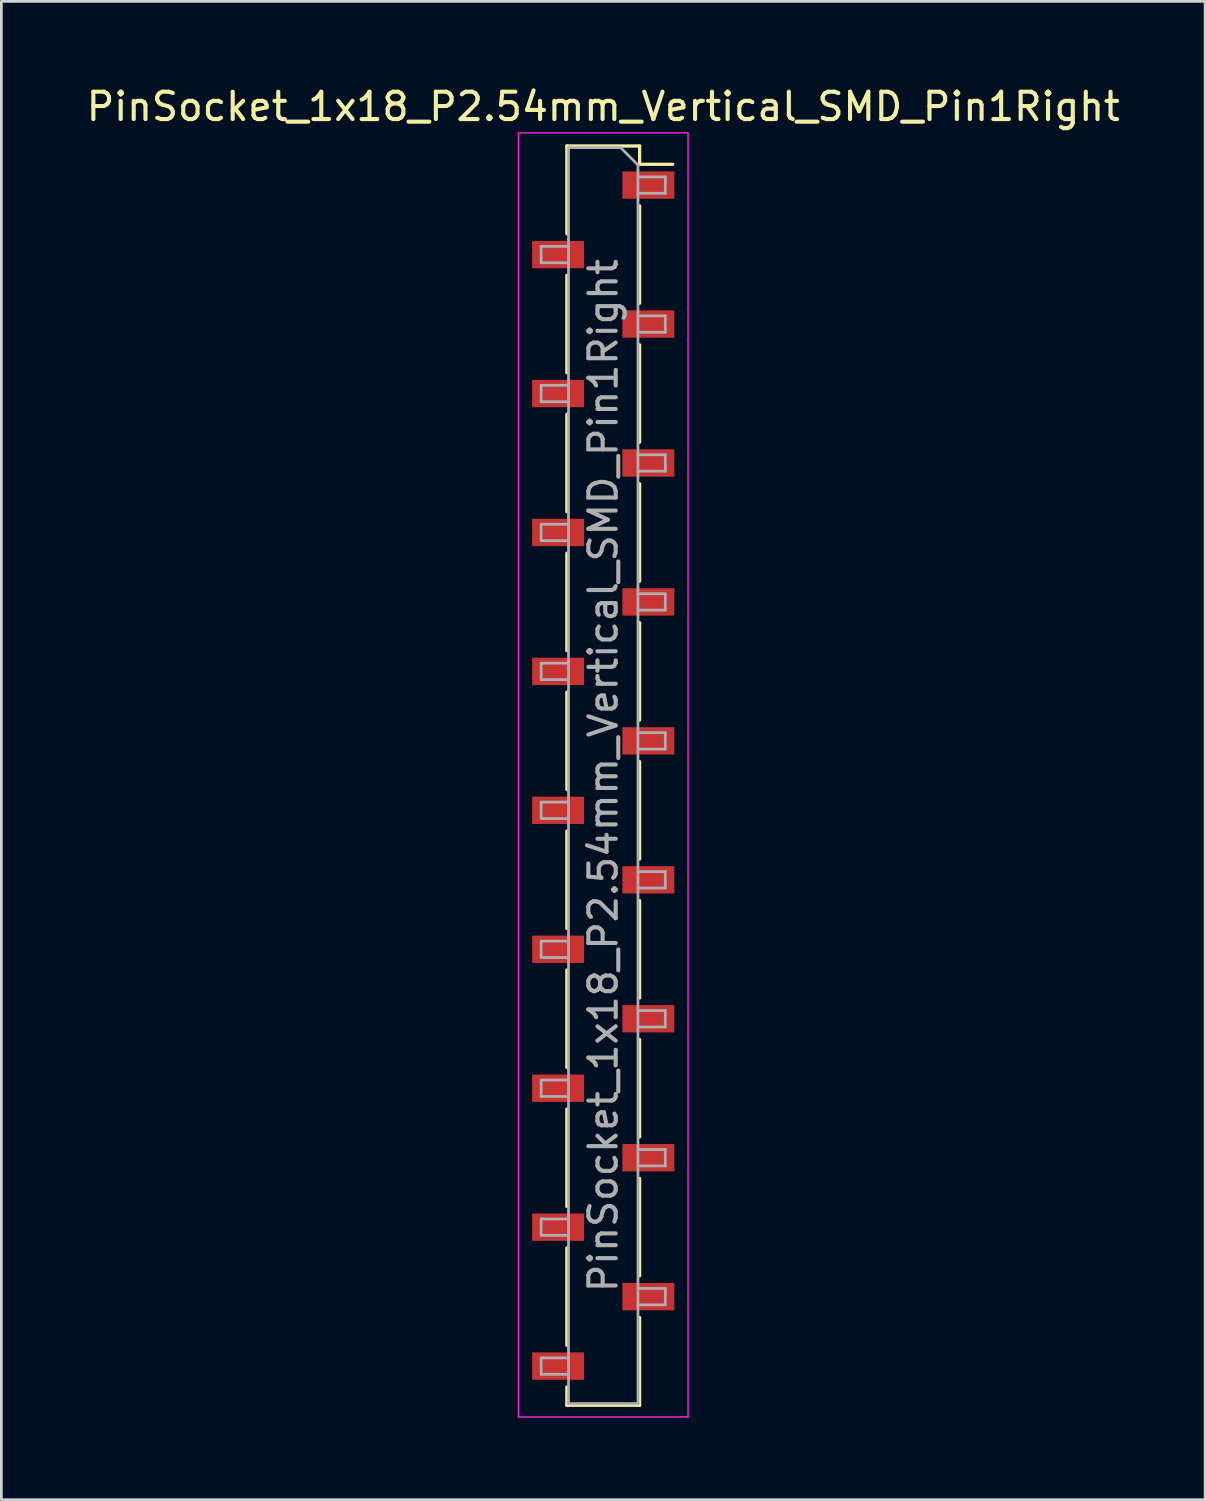
<source format=kicad_pcb>
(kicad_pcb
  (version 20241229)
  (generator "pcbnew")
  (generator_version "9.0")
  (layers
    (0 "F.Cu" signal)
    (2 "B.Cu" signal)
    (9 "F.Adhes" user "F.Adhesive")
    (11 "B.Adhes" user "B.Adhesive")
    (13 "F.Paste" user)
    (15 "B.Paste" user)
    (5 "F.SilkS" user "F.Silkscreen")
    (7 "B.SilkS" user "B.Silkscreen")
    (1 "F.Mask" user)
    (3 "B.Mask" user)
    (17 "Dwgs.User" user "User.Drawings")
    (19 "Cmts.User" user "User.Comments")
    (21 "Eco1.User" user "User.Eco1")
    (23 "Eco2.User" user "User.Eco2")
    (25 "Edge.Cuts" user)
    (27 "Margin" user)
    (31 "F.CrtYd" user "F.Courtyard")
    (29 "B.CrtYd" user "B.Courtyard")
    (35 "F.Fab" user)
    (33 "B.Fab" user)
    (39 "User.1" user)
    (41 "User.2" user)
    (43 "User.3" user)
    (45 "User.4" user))
  (footprint "PinSocket_1x18_P2.54mm_Vertical_SMD_Pin1Right"
    (layer "F.Cu")
    (at 19.006 25.308)
    (property "Reference" "PinSocket_1x18_P2.54mm_Vertical_SMD_Pin1Right" (at 0 -24.46 0) (layer "F.SilkS") (effects (font (size 1 1) (thickness 0.15))))
    (attr smd)
    (fp_line (start -1.33 -23.02) (end -1.33 -19.81) (stroke (width 0.12) (type solid)) (layer "F.SilkS"))
    (fp_line (start -1.33 -23.02) (end 1.33 -23.02) (stroke (width 0.12) (type solid)) (layer "F.SilkS"))
    (fp_line (start -1.33 -18.29) (end -1.33 -14.73) (stroke (width 0.12) (type solid)) (layer "F.SilkS"))
    (fp_line (start -1.33 -13.21) (end -1.33 -9.65) (stroke (width 0.12) (type solid)) (layer "F.SilkS"))
    (fp_line (start -1.33 -8.13) (end -1.33 -4.57) (stroke (width 0.12) (type solid)) (layer "F.SilkS"))
    (fp_line (start -1.33 -3.05) (end -1.33 0.51) (stroke (width 0.12) (type solid)) (layer "F.SilkS"))
    (fp_line (start -1.33 2.03) (end -1.33 5.59) (stroke (width 0.12) (type solid)) (layer "F.SilkS"))
    (fp_line (start -1.33 7.11) (end -1.33 10.67) (stroke (width 0.12) (type solid)) (layer "F.SilkS"))
    (fp_line (start -1.33 12.19) (end -1.33 15.75) (stroke (width 0.12) (type solid)) (layer "F.SilkS"))
    (fp_line (start -1.33 17.27) (end -1.33 20.83) (stroke (width 0.12) (type solid)) (layer "F.SilkS"))
    (fp_line (start -1.33 22.35) (end -1.33 23.02) (stroke (width 0.12) (type solid)) (layer "F.SilkS"))
    (fp_line (start -1.33 23.02) (end 1.33 23.02) (stroke (width 0.12) (type solid)) (layer "F.SilkS"))
    (fp_line (start 1.33 -23.02) (end 1.33 -22.35) (stroke (width 0.12) (type solid)) (layer "F.SilkS"))
    (fp_line (start 1.33 -22.35) (end 2.54 -22.35) (stroke (width 0.12) (type solid)) (layer "F.SilkS"))
    (fp_line (start 1.33 -20.83) (end 1.33 -17.27) (stroke (width 0.12) (type solid)) (layer "F.SilkS"))
    (fp_line (start 1.33 -15.75) (end 1.33 -12.19) (stroke (width 0.12) (type solid)) (layer "F.SilkS"))
    (fp_line (start 1.33 -10.67) (end 1.33 -7.11) (stroke (width 0.12) (type solid)) (layer "F.SilkS"))
    (fp_line (start 1.33 -5.59) (end 1.33 -2.03) (stroke (width 0.12) (type solid)) (layer "F.SilkS"))
    (fp_line (start 1.33 -0.51) (end 1.33 3.05) (stroke (width 0.12) (type solid)) (layer "F.SilkS"))
    (fp_line (start 1.33 4.57) (end 1.33 8.13) (stroke (width 0.12) (type solid)) (layer "F.SilkS"))
    (fp_line (start 1.33 9.65) (end 1.33 13.21) (stroke (width 0.12) (type solid)) (layer "F.SilkS"))
    (fp_line (start 1.33 14.73) (end 1.33 18.29) (stroke (width 0.12) (type solid)) (layer "F.SilkS"))
    (fp_line (start 1.33 19.81) (end 1.33 23.02) (stroke (width 0.12) (type solid)) (layer "F.SilkS"))
    (fp_line (start -3.1 -23.5) (end 3.1 -23.5) (stroke (width 0.05) (type solid)) (layer "F.CrtYd"))
    (fp_line (start -3.1 23.45) (end -3.1 -23.5) (stroke (width 0.05) (type solid)) (layer "F.CrtYd"))
    (fp_line (start 3.1 -23.5) (end 3.1 23.45) (stroke (width 0.05) (type solid)) (layer "F.CrtYd"))
    (fp_line (start 3.1 23.45) (end -3.1 23.45) (stroke (width 0.05) (type solid)) (layer "F.CrtYd"))
    (fp_line (start -2.27 -19.35) (end -1.27 -19.35) (stroke (width 0.1) (type solid)) (layer "F.Fab"))
    (fp_line (start -2.27 -18.75) (end -2.27 -19.35) (stroke (width 0.1) (type solid)) (layer "F.Fab"))
    (fp_line (start -2.27 -14.27) (end -1.27 -14.27) (stroke (width 0.1) (type solid)) (layer "F.Fab"))
    (fp_line (start -2.27 -13.67) (end -2.27 -14.27) (stroke (width 0.1) (type solid)) (layer "F.Fab"))
    (fp_line (start -2.27 -9.19) (end -1.27 -9.19) (stroke (width 0.1) (type solid)) (layer "F.Fab"))
    (fp_line (start -2.27 -8.59) (end -2.27 -9.19) (stroke (width 0.1) (type solid)) (layer "F.Fab"))
    (fp_line (start -2.27 -4.11) (end -1.27 -4.11) (stroke (width 0.1) (type solid)) (layer "F.Fab"))
    (fp_line (start -2.27 -3.51) (end -2.27 -4.11) (stroke (width 0.1) (type solid)) (layer "F.Fab"))
    (fp_line (start -2.27 0.97) (end -1.27 0.97) (stroke (width 0.1) (type solid)) (layer "F.Fab"))
    (fp_line (start -2.27 1.57) (end -2.27 0.97) (stroke (width 0.1) (type solid)) (layer "F.Fab"))
    (fp_line (start -2.27 6.05) (end -1.27 6.05) (stroke (width 0.1) (type solid)) (layer "F.Fab"))
    (fp_line (start -2.27 6.65) (end -2.27 6.05) (stroke (width 0.1) (type solid)) (layer "F.Fab"))
    (fp_line (start -2.27 11.13) (end -1.27 11.13) (stroke (width 0.1) (type solid)) (layer "F.Fab"))
    (fp_line (start -2.27 11.73) (end -2.27 11.13) (stroke (width 0.1) (type solid)) (layer "F.Fab"))
    (fp_line (start -2.27 16.21) (end -1.27 16.21) (stroke (width 0.1) (type solid)) (layer "F.Fab"))
    (fp_line (start -2.27 16.81) (end -2.27 16.21) (stroke (width 0.1) (type solid)) (layer "F.Fab"))
    (fp_line (start -2.27 21.29) (end -1.27 21.29) (stroke (width 0.1) (type solid)) (layer "F.Fab"))
    (fp_line (start -2.27 21.89) (end -2.27 21.29) (stroke (width 0.1) (type solid)) (layer "F.Fab"))
    (fp_line (start -1.27 -22.96) (end 0.635 -22.96) (stroke (width 0.1) (type solid)) (layer "F.Fab"))
    (fp_line (start -1.27 -18.75) (end -2.27 -18.75) (stroke (width 0.1) (type solid)) (layer "F.Fab"))
    (fp_line (start -1.27 -13.67) (end -2.27 -13.67) (stroke (width 0.1) (type solid)) (layer "F.Fab"))
    (fp_line (start -1.27 -8.59) (end -2.27 -8.59) (stroke (width 0.1) (type solid)) (layer "F.Fab"))
    (fp_line (start -1.27 -3.51) (end -2.27 -3.51) (stroke (width 0.1) (type solid)) (layer "F.Fab"))
    (fp_line (start -1.27 1.57) (end -2.27 1.57) (stroke (width 0.1) (type solid)) (layer "F.Fab"))
    (fp_line (start -1.27 6.65) (end -2.27 6.65) (stroke (width 0.1) (type solid)) (layer "F.Fab"))
    (fp_line (start -1.27 11.73) (end -2.27 11.73) (stroke (width 0.1) (type solid)) (layer "F.Fab"))
    (fp_line (start -1.27 16.81) (end -2.27 16.81) (stroke (width 0.1) (type solid)) (layer "F.Fab"))
    (fp_line (start -1.27 21.89) (end -2.27 21.89) (stroke (width 0.1) (type solid)) (layer "F.Fab"))
    (fp_line (start -1.27 22.96) (end -1.27 -22.96) (stroke (width 0.1) (type solid)) (layer "F.Fab"))
    (fp_line (start 0.635 -22.96) (end 1.27 -22.325) (stroke (width 0.1) (type solid)) (layer "F.Fab"))
    (fp_line (start 1.27 -22.325) (end 1.27 22.96) (stroke (width 0.1) (type solid)) (layer "F.Fab"))
    (fp_line (start 1.27 -21.89) (end 2.27 -21.89) (stroke (width 0.1) (type solid)) (layer "F.Fab"))
    (fp_line (start 1.27 -16.81) (end 2.27 -16.81) (stroke (width 0.1) (type solid)) (layer "F.Fab"))
    (fp_line (start 1.27 -11.73) (end 2.27 -11.73) (stroke (width 0.1) (type solid)) (layer "F.Fab"))
    (fp_line (start 1.27 -6.65) (end 2.27 -6.65) (stroke (width 0.1) (type solid)) (layer "F.Fab"))
    (fp_line (start 1.27 -1.57) (end 2.27 -1.57) (stroke (width 0.1) (type solid)) (layer "F.Fab"))
    (fp_line (start 1.27 3.51) (end 2.27 3.51) (stroke (width 0.1) (type solid)) (layer "F.Fab"))
    (fp_line (start 1.27 8.59) (end 2.27 8.59) (stroke (width 0.1) (type solid)) (layer "F.Fab"))
    (fp_line (start 1.27 13.67) (end 2.27 13.67) (stroke (width 0.1) (type solid)) (layer "F.Fab"))
    (fp_line (start 1.27 18.75) (end 2.27 18.75) (stroke (width 0.1) (type solid)) (layer "F.Fab"))
    (fp_line (start 1.27 22.96) (end -1.27 22.96) (stroke (width 0.1) (type solid)) (layer "F.Fab"))
    (fp_line (start 2.27 -21.89) (end 2.27 -21.29) (stroke (width 0.1) (type solid)) (layer "F.Fab"))
    (fp_line (start 2.27 -21.29) (end 1.27 -21.29) (stroke (width 0.1) (type solid)) (layer "F.Fab"))
    (fp_line (start 2.27 -16.81) (end 2.27 -16.21) (stroke (width 0.1) (type solid)) (layer "F.Fab"))
    (fp_line (start 2.27 -16.21) (end 1.27 -16.21) (stroke (width 0.1) (type solid)) (layer "F.Fab"))
    (fp_line (start 2.27 -11.73) (end 2.27 -11.13) (stroke (width 0.1) (type solid)) (layer "F.Fab"))
    (fp_line (start 2.27 -11.13) (end 1.27 -11.13) (stroke (width 0.1) (type solid)) (layer "F.Fab"))
    (fp_line (start 2.27 -6.65) (end 2.27 -6.05) (stroke (width 0.1) (type solid)) (layer "F.Fab"))
    (fp_line (start 2.27 -6.05) (end 1.27 -6.05) (stroke (width 0.1) (type solid)) (layer "F.Fab"))
    (fp_line (start 2.27 -1.57) (end 2.27 -0.97) (stroke (width 0.1) (type solid)) (layer "F.Fab"))
    (fp_line (start 2.27 -0.97) (end 1.27 -0.97) (stroke (width 0.1) (type solid)) (layer "F.Fab"))
    (fp_line (start 2.27 3.51) (end 2.27 4.11) (stroke (width 0.1) (type solid)) (layer "F.Fab"))
    (fp_line (start 2.27 4.11) (end 1.27 4.11) (stroke (width 0.1) (type solid)) (layer "F.Fab"))
    (fp_line (start 2.27 8.59) (end 2.27 9.19) (stroke (width 0.1) (type solid)) (layer "F.Fab"))
    (fp_line (start 2.27 9.19) (end 1.27 9.19) (stroke (width 0.1) (type solid)) (layer "F.Fab"))
    (fp_line (start 2.27 13.67) (end 2.27 14.27) (stroke (width 0.1) (type solid)) (layer "F.Fab"))
    (fp_line (start 2.27 14.27) (end 1.27 14.27) (stroke (width 0.1) (type solid)) (layer "F.Fab"))
    (fp_line (start 2.27 18.75) (end 2.27 19.35) (stroke (width 0.1) (type solid)) (layer "F.Fab"))
    (fp_line (start 2.27 19.35) (end 1.27 19.35) (stroke (width 0.1) (type solid)) (layer "F.Fab"))
    (fp_text user "${REFERENCE}" (at 0 0 90) (layer "F.Fab") (effects (font (size 1 1) (thickness 0.15))))
    (pad "1" smd rect (at 1.65 -21.59) (size 1.9 1) (layers "F.Cu" "F.Mask" "F.Paste"))
    (pad "2" smd rect (at -1.65 -19.05) (size 1.9 1) (layers "F.Cu" "F.Mask" "F.Paste"))
    (pad "3" smd rect (at 1.65 -16.51) (size 1.9 1) (layers "F.Cu" "F.Mask" "F.Paste"))
    (pad "4" smd rect (at -1.65 -13.97) (size 1.9 1) (layers "F.Cu" "F.Mask" "F.Paste"))
    (pad "5" smd rect (at 1.65 -11.43) (size 1.9 1) (layers "F.Cu" "F.Mask" "F.Paste"))
    (pad "6" smd rect (at -1.65 -8.89) (size 1.9 1) (layers "F.Cu" "F.Mask" "F.Paste"))
    (pad "7" smd rect (at 1.65 -6.35) (size 1.9 1) (layers "F.Cu" "F.Mask" "F.Paste"))
    (pad "8" smd rect (at -1.65 -3.81) (size 1.9 1) (layers "F.Cu" "F.Mask" "F.Paste"))
    (pad "9" smd rect (at 1.65 -1.27) (size 1.9 1) (layers "F.Cu" "F.Mask" "F.Paste"))
    (pad "10" smd rect (at -1.65 1.27) (size 1.9 1) (layers "F.Cu" "F.Mask" "F.Paste"))
    (pad "11" smd rect (at 1.65 3.81) (size 1.9 1) (layers "F.Cu" "F.Mask" "F.Paste"))
    (pad "12" smd rect (at -1.65 6.35) (size 1.9 1) (layers "F.Cu" "F.Mask" "F.Paste"))
    (pad "13" smd rect (at 1.65 8.89) (size 1.9 1) (layers "F.Cu" "F.Mask" "F.Paste"))
    (pad "14" smd rect (at -1.65 11.43) (size 1.9 1) (layers "F.Cu" "F.Mask" "F.Paste"))
    (pad "15" smd rect (at 1.65 13.97) (size 1.9 1) (layers "F.Cu" "F.Mask" "F.Paste"))
    (pad "16" smd rect (at -1.65 16.51) (size 1.9 1) (layers "F.Cu" "F.Mask" "F.Paste"))
    (pad "17" smd rect (at 1.65 19.05) (size 1.9 1) (layers "F.Cu" "F.Mask" "F.Paste"))
    (pad "18" smd rect (at -1.65 21.59) (size 1.9 1) (layers "F.Cu" "F.Mask" "F.Paste")))
  (gr_rect
    (start -3 -3)
    (end 41.012 51.783)
    (stroke (width 0.1) (type default))
    (fill no)
    (layer "Edge.Cuts")))
</source>
